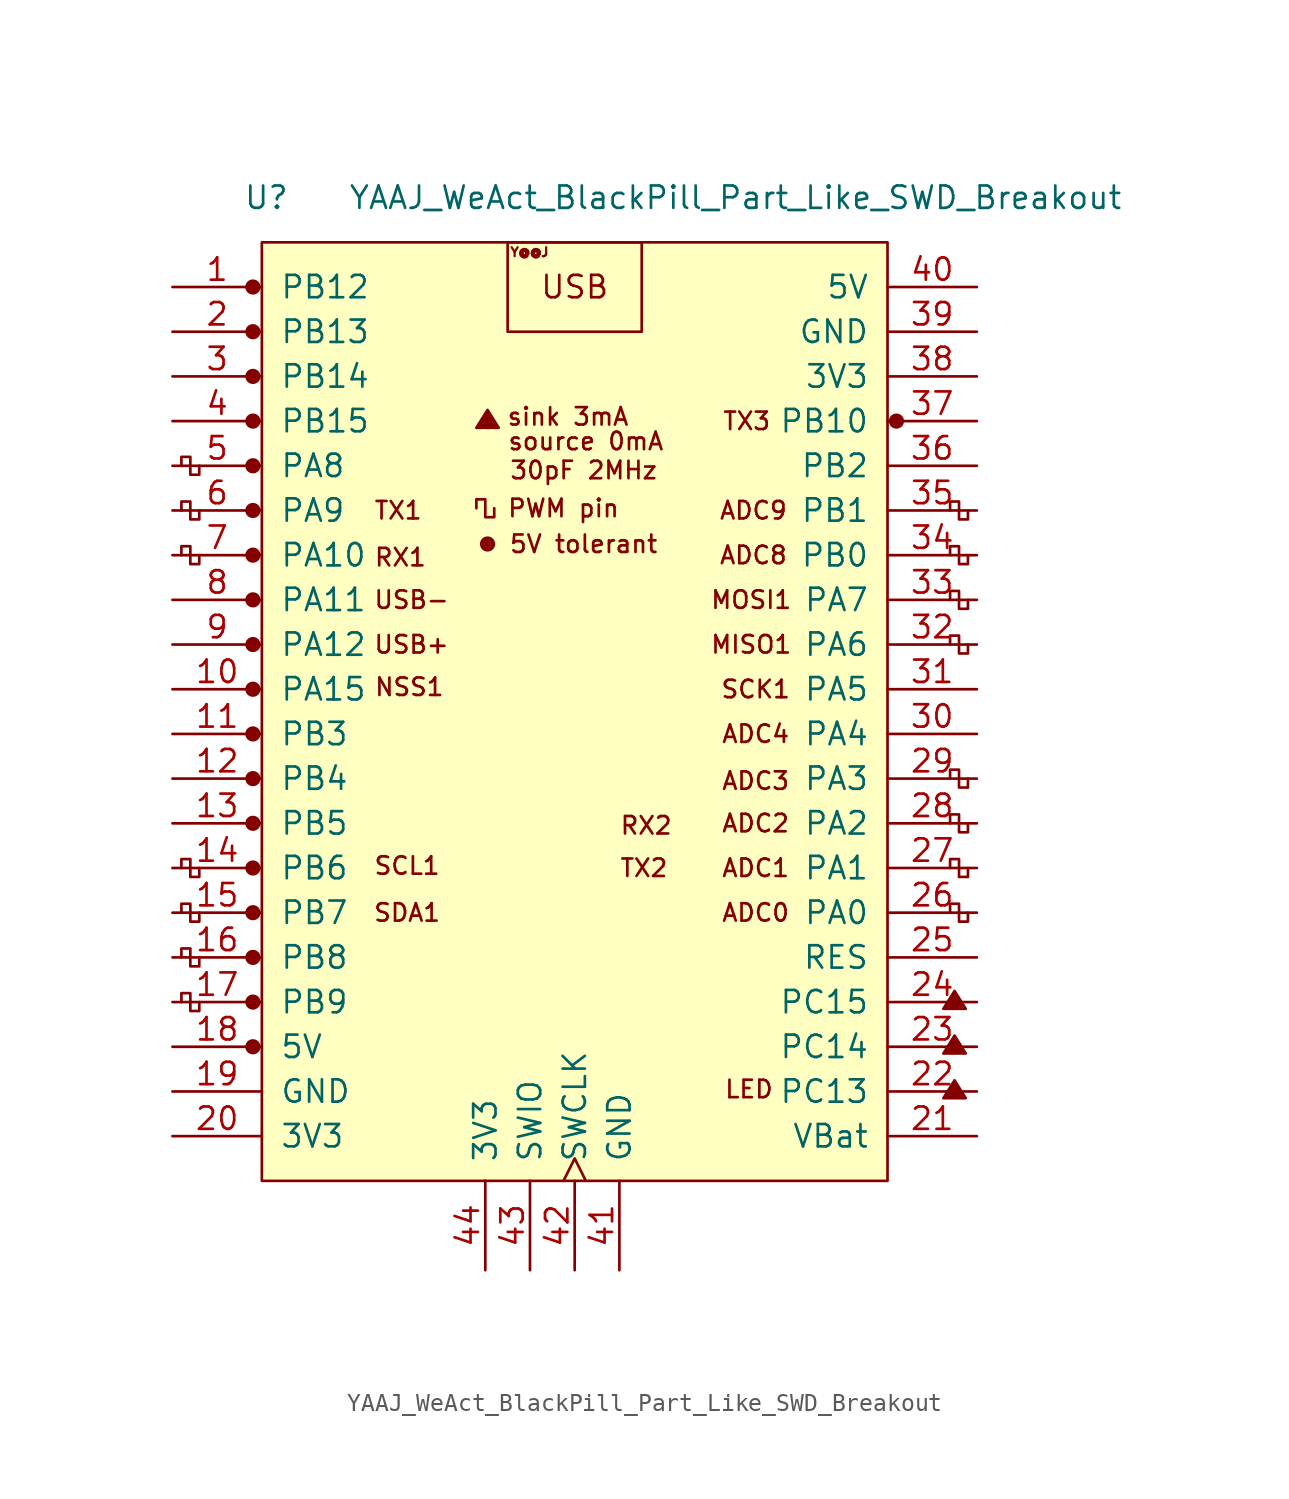
<source format=kicad_sym>
(kicad_symbol_lib
  (version 20220914)
  (generator kicad_symbol_editor)
  (symbol "YAAJ_WeAct_BlackPill_Part_Like_SWD_Breakout"
    (pin_names
      (offset 1.016))
    (property "Reference" "U"
      (at -17.526 27.94 0)
      (effects (font (size 1.27 1.27))))
    (property "Value" "YAAJ_WeAct_BlackPill_Part_Like_SWD_Breakout"
      (at 9.144 27.94 0)
      (effects (font (size 1.27 1.27))))
    (symbol "YAAJ_WeAct_BlackPill_Part_Like_SWD_Breakout_0_0"
      (circle (center -18.288 -20.32) (radius 0.356) (stroke (width 0) (type solid)) (fill (type outline)))
      (circle (center -18.288 -17.78) (radius 0.356) (stroke (width 0) (type solid)) (fill (type outline)))
      (circle (center -18.288 -15.24) (radius 0.356) (stroke (width 0) (type solid)) (fill (type outline)))
      (circle (center -18.288 -12.7) (radius 0.356) (stroke (width 0) (type solid)) (fill (type outline)))
      (circle (center -18.288 -10.16) (radius 0.356) (stroke (width 0) (type solid)) (fill (type outline)))
      (circle (center -18.288 -7.62) (radius 0.356) (stroke (width 0) (type solid)) (fill (type outline)))
      (circle (center -18.288 -5.08) (radius 0.356) (stroke (width 0) (type solid)) (fill (type outline)))
      (circle (center -18.288 -2.54) (radius 0.356) (stroke (width 0) (type solid)) (fill (type outline)))
      (circle (center -18.288 0) (radius 0.356) (stroke (width 0) (type solid)) (fill (type outline)))
      (circle (center -18.288 2.54) (radius 0.356) (stroke (width 0) (type solid)) (fill (type outline)))
      (circle (center -18.288 5.08) (radius 0.356) (stroke (width 0) (type solid)) (fill (type outline)))
      (circle (center -18.288 7.62) (radius 0.356) (stroke (width 0) (type solid)) (fill (type outline)))
      (circle (center -18.288 10.16) (radius 0.356) (stroke (width 0) (type solid)) (fill (type outline)))
      (circle (center -18.288 12.7) (radius 0.356) (stroke (width 0) (type solid)) (fill (type outline)))
      (circle (center -18.288 15.24) (radius 0.356) (stroke (width 0) (type solid)) (fill (type outline)))
      (circle (center -18.288 17.78) (radius 0.356) (stroke (width 0) (type solid)) (fill (type outline)))
      (circle (center -18.288 22.86) (radius 0.356) (stroke (width 0) (type solid)) (fill (type outline)))
      (circle (center -4.953 8.255) (radius 0.127) (stroke (width 0) (type solid)) (fill (type outline)))
      (circle (center -4.953 8.255) (radius 0.254) (stroke (width 0) (type solid)) (fill (type none)))
      (circle (center -4.953 8.255) (radius 0.356) (stroke (width 0) (type solid)) (fill (type none)))
      (polyline (pts (xy -5.588 14.859) (xy -4.953 15.875) (xy -4.318 14.859) (xy -5.588 14.859) (xy -4.953 15.748) (xy -4.445 14.859) (xy -5.461 14.986) (xy -4.953 15.621) (xy -4.572 14.859) (xy -5.334 15.113) (xy -4.826 15.494) (xy -4.699 14.859) (xy -5.207 15.24) (xy -4.699 15.367) (xy -4.826 14.986) (xy -5.08 15.24) (xy -4.826 15.113) (xy -4.953 15.367)) (stroke (width 0) (type solid)) (fill (type none)))
      (polyline (pts (xy 20.955 -23.241) (xy 21.59 -22.225) (xy 22.225 -23.241) (xy 20.955 -23.241) (xy 21.59 -22.352) (xy 22.098 -23.241) (xy 21.082 -23.114) (xy 21.59 -22.479) (xy 21.971 -23.241) (xy 21.209 -22.987) (xy 21.717 -22.606) (xy 21.844 -23.241) (xy 21.336 -22.86) (xy 21.844 -22.733) (xy 21.717 -23.114) (xy 21.463 -22.86) (xy 21.717 -22.987) (xy 21.59 -22.733)) (stroke (width 0) (type solid)) (fill (type none)))
      (polyline (pts (xy 20.955 -20.701) (xy 21.59 -19.685) (xy 22.225 -20.701) (xy 20.955 -20.701) (xy 21.59 -19.812) (xy 22.098 -20.701) (xy 21.082 -20.574) (xy 21.59 -19.939) (xy 21.971 -20.701) (xy 21.209 -20.447) (xy 21.717 -20.066) (xy 21.844 -20.701) (xy 21.336 -20.32) (xy 21.844 -20.193) (xy 21.717 -20.574) (xy 21.463 -20.32) (xy 21.717 -20.447) (xy 21.59 -20.193)) (stroke (width 0) (type solid)) (fill (type none)))
      (polyline (pts (xy 20.955 -18.161) (xy 21.59 -17.145) (xy 22.225 -18.161) (xy 20.955 -18.161) (xy 21.59 -17.272) (xy 22.098 -18.161) (xy 21.082 -18.034) (xy 21.59 -17.399) (xy 21.971 -18.161) (xy 21.209 -17.907) (xy 21.717 -17.526) (xy 21.844 -18.161) (xy 21.336 -17.78) (xy 21.844 -17.653) (xy 21.717 -18.034) (xy 21.463 -17.78) (xy 21.717 -17.907) (xy 21.59 -17.653)) (stroke (width 0) (type solid)) (fill (type none)))
      (circle (center 18.288 15.24) (radius 0.254) (stroke (width 0) (type solid)) (fill (type outline)))
      (circle (center 18.288 15.24) (radius 0.356) (stroke (width 0) (type solid)) (fill (type none)))
      (text "30pF 2MHz" (at 0.508 12.446 0) (effects (font (size 0.991 0.991))))
      (text "5V tolerant" (at 0.508 8.255 0) (effects (font (size 0.991 0.991))))
      (text "ADC0" (at 10.287 -12.7 0) (effects (font (size 0.991 0.991))))
      (text "ADC1" (at 10.287 -10.16 0) (effects (font (size 0.991 0.991))))
      (text "ADC2" (at 10.287 -7.62 0) (effects (font (size 0.991 0.991))))
      (text "ADC3" (at 10.287 -5.207 0) (effects (font (size 0.991 0.991))))
      (text "ADC4" (at 10.287 -2.54 0) (effects (font (size 0.991 0.991))))
      (text "ADC8" (at 10.16 7.62 0) (effects (font (size 0.991 0.991))))
      (text "ADC9" (at 10.16 10.16 0) (effects (font (size 0.991 0.991))))
      (text "LED" (at 9.906 -22.733 0) (effects (font (size 0.991 0.991))))
      (text "MISO1" (at 10.033 2.54 0) (effects (font (size 0.991 0.991))))
      (text "MOSI1" (at 10.033 5.08 0) (effects (font (size 0.991 0.991))))
      (text "NSS1" (at -9.398 0.127 0) (effects (font (size 0.991 0.991))))
      (text "PWM pin" (at -0.635 10.287 0) (effects (font (size 0.991 0.991))))
      (text "RX1" (at -9.906 7.493 0) (effects (font (size 0.991 0.991))))
      (text "RX2" (at 4.064 -7.747 0) (effects (font (size 0.991 0.991))))
      (text "SCK1" (at 10.287 0 0) (effects (font (size 0.991 0.991))))
      (text "SCL1" (at -9.525 -10.033 0) (effects (font (size 0.991 0.991))))
      (text "SDA1" (at -9.525 -12.7 0) (effects (font (size 0.991 0.991))))
      (text "sink 3mA" (at -0.381 15.494 0) (effects (font (size 0.991 0.991))))
      (text "source 0mA" (at 0.635 14.097 0) (effects (font (size 0.991 0.991))))
      (text "TX1" (at -10.033 10.16 0) (effects (font (size 0.991 0.991))))
      (text "TX2" (at 3.937 -10.16 0) (effects (font (size 0.991 0.991))))
      (text "TX3" (at 9.779 15.24 0) (effects (font (size 0.991 0.991))))
      (text "USB" (at 0 22.86 0) (effects (font (size 1.27 1.27))))
      (text "USB+" (at -9.271 2.54 0) (effects (font (size 0.991 0.991))))
      (text "USB-" (at -9.271 5.08 0) (effects (font (size 0.991 0.991))))
      (text "Y@@J" (at -2.565 24.841 0) (effects (font (size 0.508 0.508)))))
    (symbol "YAAJ_WeAct_BlackPill_Part_Like_SWD_Breakout_0_1"
      (rectangle (start -17.78 25.4) (end 17.78 -27.94) (stroke (width 0) (type solid)) (fill (type background)))
      (polyline (pts (xy -21.336 -17.78) (xy -21.336 -18.288) (xy -21.844 -18.288) (xy -21.844 -17.272) (xy -22.352 -17.272) (xy -22.352 -17.78)) (stroke (width 0) (type solid)) (fill (type none)))
      (polyline (pts (xy -21.336 -15.24) (xy -21.336 -15.748) (xy -21.844 -15.748) (xy -21.844 -14.732) (xy -22.352 -14.732) (xy -22.352 -15.24)) (stroke (width 0) (type solid)) (fill (type none)))
      (polyline (pts (xy -21.336 -12.7) (xy -21.336 -13.208) (xy -21.844 -13.208) (xy -21.844 -12.192) (xy -22.352 -12.192) (xy -22.352 -12.7)) (stroke (width 0) (type solid)) (fill (type none)))
      (polyline (pts (xy -21.336 -10.16) (xy -21.336 -10.668) (xy -21.844 -10.668) (xy -21.844 -9.652) (xy -22.352 -9.652) (xy -22.352 -10.16)) (stroke (width 0) (type solid)) (fill (type none)))
      (polyline (pts (xy -21.336 7.62) (xy -21.336 7.112) (xy -21.844 7.112) (xy -21.844 8.128) (xy -22.352 8.128) (xy -22.352 7.62)) (stroke (width 0) (type solid)) (fill (type none)))
      (polyline (pts (xy -21.336 10.16) (xy -21.336 9.652) (xy -21.844 9.652) (xy -21.844 10.668) (xy -22.352 10.668) (xy -22.352 10.16)) (stroke (width 0) (type solid)) (fill (type none)))
      (polyline (pts (xy -21.336 12.7) (xy -21.336 12.192) (xy -21.844 12.192) (xy -21.844 13.208) (xy -22.352 13.208) (xy -22.352 12.7)) (stroke (width 0) (type solid)) (fill (type none)))
      (polyline (pts (xy -4.572 10.287) (xy -4.572 9.779) (xy -5.08 9.779) (xy -5.08 10.795) (xy -5.588 10.795) (xy -5.588 10.287)) (stroke (width 0) (type solid)) (fill (type none)))
      (polyline (pts (xy 22.352 -12.7) (xy 22.352 -13.208) (xy 21.844 -13.208) (xy 21.844 -12.192) (xy 21.336 -12.192) (xy 21.336 -12.7)) (stroke (width 0) (type solid)) (fill (type none)))
      (polyline (pts (xy 22.352 -10.16) (xy 22.352 -10.668) (xy 21.844 -10.668) (xy 21.844 -9.652) (xy 21.336 -9.652) (xy 21.336 -10.16)) (stroke (width 0) (type solid)) (fill (type none)))
      (polyline (pts (xy 22.352 -7.62) (xy 22.352 -8.128) (xy 21.844 -8.128) (xy 21.844 -7.112) (xy 21.336 -7.112) (xy 21.336 -7.62)) (stroke (width 0) (type solid)) (fill (type none)))
      (polyline (pts (xy 22.352 -5.08) (xy 22.352 -5.588) (xy 21.844 -5.588) (xy 21.844 -4.572) (xy 21.336 -4.572) (xy 21.336 -5.08)) (stroke (width 0) (type solid)) (fill (type none)))
      (polyline (pts (xy 22.352 2.54) (xy 22.352 2.032) (xy 21.844 2.032) (xy 21.844 3.048) (xy 21.336 3.048) (xy 21.336 2.54)) (stroke (width 0) (type solid)) (fill (type none)))
      (polyline (pts (xy 22.352 5.08) (xy 22.352 4.572) (xy 21.844 4.572) (xy 21.844 5.588) (xy 21.336 5.588) (xy 21.336 5.08)) (stroke (width 0) (type solid)) (fill (type none)))
      (polyline (pts (xy 22.352 7.62) (xy 22.352 7.112) (xy 21.844 7.112) (xy 21.844 8.128) (xy 21.336 8.128) (xy 21.336 7.62)) (stroke (width 0) (type solid)) (fill (type none)))
      (polyline (pts (xy 22.352 10.16) (xy 22.352 9.652) (xy 21.844 9.652) (xy 21.844 10.668) (xy 21.336 10.668) (xy 21.336 10.16)) (stroke (width 0) (type solid)) (fill (type none)))
      (rectangle (start 3.81 25.4) (end -3.81 20.32) (stroke (width 0) (type solid)) (fill (type none))))
    (symbol "YAAJ_WeAct_BlackPill_Part_Like_SWD_Breakout_1_1"
      (circle (center -18.288 20.32) (radius 0.356) (stroke (width 0) (type solid)) (fill (type outline)))
      (pin bidirectional line (at -22.86 22.86 0) (length 5.08) (name "PB12" (effects (font (size 1.27 1.27)))) (number "1" (effects (font (size 1.27 1.27)))))
      (pin bidirectional line (at -22.86 0 0) (length 5.08) (name "PA15" (effects (font (size 1.27 1.27)))) (number "10" (effects (font (size 1.27 1.27)))))
      (pin bidirectional line (at -22.86 -2.54 0) (length 5.08) (name "PB3" (effects (font (size 1.27 1.27)))) (number "11" (effects (font (size 1.27 1.27)))))
      (pin bidirectional line (at -22.86 -5.08 0) (length 5.08) (name "PB4" (effects (font (size 1.27 1.27)))) (number "12" (effects (font (size 1.27 1.27)))))
      (pin bidirectional line (at -22.86 -7.62 0) (length 5.08) (name "PB5" (effects (font (size 1.27 1.27)))) (number "13" (effects (font (size 1.27 1.27)))))
      (pin bidirectional line (at -22.86 -10.16 0) (length 5.08) (name "PB6" (effects (font (size 1.27 1.27)))) (number "14" (effects (font (size 1.27 1.27)))))
      (pin bidirectional line (at -22.86 -12.7 0) (length 5.08) (name "PB7" (effects (font (size 1.27 1.27)))) (number "15" (effects (font (size 1.27 1.27)))))
      (pin bidirectional line (at -22.86 -15.24 0) (length 5.08) (name "PB8" (effects (font (size 1.27 1.27)))) (number "16" (effects (font (size 1.27 1.27)))))
      (pin bidirectional line (at -22.86 -17.78 0) (length 5.08) (name "PB9" (effects (font (size 1.27 1.27)))) (number "17" (effects (font (size 1.27 1.27)))))
      (pin power_in line (at -22.86 -20.32 0) (length 5.08) (name "5V" (effects (font (size 1.27 1.27)))) (number "18" (effects (font (size 1.27 1.27)))))
      (pin power_in line (at -22.86 -22.86 0) (length 5.08) (name "GND" (effects (font (size 1.27 1.27)))) (number "19" (effects (font (size 1.27 1.27)))))
      (pin bidirectional line (at -22.86 20.32 0) (length 5.08) (name "PB13" (effects (font (size 1.27 1.27)))) (number "2" (effects (font (size 1.27 1.27)))))
      (pin power_in line (at -22.86 -25.4 0) (length 5.08) (name "3V3" (effects (font (size 1.27 1.27)))) (number "20" (effects (font (size 1.27 1.27)))))
      (pin power_in line (at 22.86 -25.4 180) (length 5.08) (name "VBat" (effects (font (size 1.27 1.27)))) (number "21" (effects (font (size 1.27 1.27)))))
      (pin bidirectional line (at 22.86 -22.86 180) (length 5.08) (name "PC13" (effects (font (size 1.27 1.27)))) (number "22" (effects (font (size 1.27 1.27)))))
      (pin bidirectional line (at 22.86 -20.32 180) (length 5.08) (name "PC14" (effects (font (size 1.27 1.27)))) (number "23" (effects (font (size 1.27 1.27)))))
      (pin bidirectional line (at 22.86 -17.78 180) (length 5.08) (name "PC15" (effects (font (size 1.27 1.27)))) (number "24" (effects (font (size 1.27 1.27)))))
      (pin input line (at 22.86 -15.24 180) (length 5.08) (name "RES" (effects (font (size 1.27 1.27)))) (number "25" (effects (font (size 1.27 1.27)))))
      (pin bidirectional line (at 22.86 -12.7 180) (length 5.08) (name "PA0" (effects (font (size 1.27 1.27)))) (number "26" (effects (font (size 1.27 1.27)))))
      (pin bidirectional line (at 22.86 -10.16 180) (length 5.08) (name "PA1" (effects (font (size 1.27 1.27)))) (number "27" (effects (font (size 1.27 1.27)))))
      (pin bidirectional line (at 22.86 -7.62 180) (length 5.08) (name "PA2" (effects (font (size 1.27 1.27)))) (number "28" (effects (font (size 1.27 1.27)))))
      (pin bidirectional line (at 22.86 -5.08 180) (length 5.08) (name "PA3" (effects (font (size 1.27 1.27)))) (number "29" (effects (font (size 1.27 1.27)))))
      (pin bidirectional line (at -22.86 17.78 0) (length 5.08) (name "PB14" (effects (font (size 1.27 1.27)))) (number "3" (effects (font (size 1.27 1.27)))))
      (pin bidirectional line (at 22.86 -2.54 180) (length 5.08) (name "PA4" (effects (font (size 1.27 1.27)))) (number "30" (effects (font (size 1.27 1.27)))))
      (pin bidirectional line (at 22.86 0 180) (length 5.08) (name "PA5" (effects (font (size 1.27 1.27)))) (number "31" (effects (font (size 1.27 1.27)))))
      (pin bidirectional line (at 22.86 2.54 180) (length 5.08) (name "PA6" (effects (font (size 1.27 1.27)))) (number "32" (effects (font (size 1.27 1.27)))))
      (pin bidirectional line (at 22.86 5.08 180) (length 5.08) (name "PA7" (effects (font (size 1.27 1.27)))) (number "33" (effects (font (size 1.27 1.27)))))
      (pin bidirectional line (at 22.86 7.62 180) (length 5.08) (name "PB0" (effects (font (size 1.27 1.27)))) (number "34" (effects (font (size 1.27 1.27)))))
      (pin bidirectional line (at 22.86 10.16 180) (length 5.08) (name "PB1" (effects (font (size 1.27 1.27)))) (number "35" (effects (font (size 1.27 1.27)))))
      (pin bidirectional line (at 22.86 12.7 180) (length 5.08) (name "PB2" (effects (font (size 1.27 1.27)))) (number "36" (effects (font (size 1.27 1.27)))))
      (pin bidirectional line (at 22.86 15.24 180) (length 5.08) (name "PB10" (effects (font (size 1.27 1.27)))) (number "37" (effects (font (size 1.27 1.27)))))
      (pin power_in line (at 22.86 17.78 180) (length 5.08) (name "3V3" (effects (font (size 1.27 1.27)))) (number "38" (effects (font (size 1.27 1.27)))))
      (pin power_in line (at 22.86 20.32 180) (length 5.08) (name "GND" (effects (font (size 1.27 1.27)))) (number "39" (effects (font (size 1.27 1.27)))))
      (pin bidirectional line (at -22.86 15.24 0) (length 5.08) (name "PB15" (effects (font (size 1.27 1.27)))) (number "4" (effects (font (size 1.27 1.27)))))
      (pin power_in line (at 22.86 22.86 180) (length 5.08) (name "5V" (effects (font (size 1.27 1.27)))) (number "40" (effects (font (size 1.27 1.27)))))
      (pin power_in line (at 2.54 -33.02 90) (length 5.08) (name "GND" (effects (font (size 1.27 1.27)))) (number "41" (effects (font (size 1.27 1.27)))))
      (pin bidirectional clock (at 0 -33.02 90) (length 5.08) (name "SWCLK" (effects (font (size 1.27 1.27)))) (number "42" (effects (font (size 1.27 1.27)))))
      (pin bidirectional line (at -2.54 -33.02 90) (length 5.08) (name "SWIO" (effects (font (size 1.27 1.27)))) (number "43" (effects (font (size 1.27 1.27)))))
      (pin power_in line (at -5.08 -33.02 90) (length 5.08) (name "3V3" (effects (font (size 1.27 1.27)))) (number "44" (effects (font (size 1.27 1.27)))))
      (pin bidirectional line (at -22.86 12.7 0) (length 5.08) (name "PA8" (effects (font (size 1.27 1.27)))) (number "5" (effects (font (size 1.27 1.27)))))
      (pin bidirectional line (at -22.86 10.16 0) (length 5.08) (name "PA9" (effects (font (size 1.27 1.27)))) (number "6" (effects (font (size 1.27 1.27)))))
      (pin bidirectional line (at -22.86 7.62 0) (length 5.08) (name "PA10" (effects (font (size 1.27 1.27)))) (number "7" (effects (font (size 1.27 1.27)))))
      (pin bidirectional line (at -22.86 5.08 0) (length 5.08) (name "PA11" (effects (font (size 1.27 1.27)))) (number "8" (effects (font (size 1.27 1.27)))))
      (pin bidirectional line (at -22.86 2.54 0) (length 5.08) (name "PA12" (effects (font (size 1.27 1.27)))) (number "9" (effects (font (size 1.27 1.27))))))))
</source>
